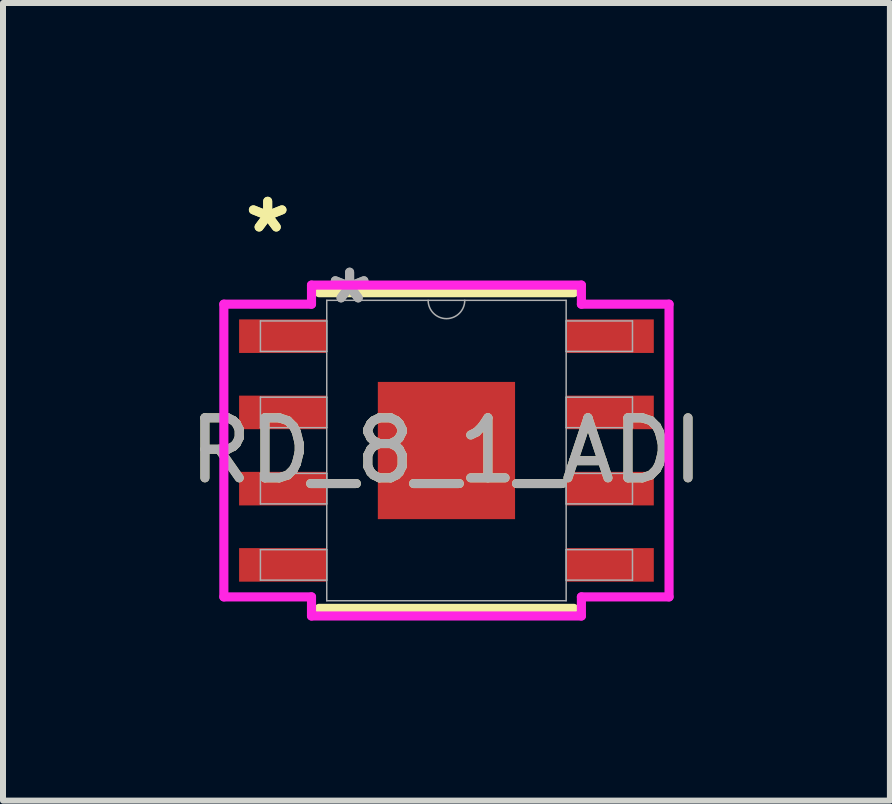
<source format=kicad_pcb>
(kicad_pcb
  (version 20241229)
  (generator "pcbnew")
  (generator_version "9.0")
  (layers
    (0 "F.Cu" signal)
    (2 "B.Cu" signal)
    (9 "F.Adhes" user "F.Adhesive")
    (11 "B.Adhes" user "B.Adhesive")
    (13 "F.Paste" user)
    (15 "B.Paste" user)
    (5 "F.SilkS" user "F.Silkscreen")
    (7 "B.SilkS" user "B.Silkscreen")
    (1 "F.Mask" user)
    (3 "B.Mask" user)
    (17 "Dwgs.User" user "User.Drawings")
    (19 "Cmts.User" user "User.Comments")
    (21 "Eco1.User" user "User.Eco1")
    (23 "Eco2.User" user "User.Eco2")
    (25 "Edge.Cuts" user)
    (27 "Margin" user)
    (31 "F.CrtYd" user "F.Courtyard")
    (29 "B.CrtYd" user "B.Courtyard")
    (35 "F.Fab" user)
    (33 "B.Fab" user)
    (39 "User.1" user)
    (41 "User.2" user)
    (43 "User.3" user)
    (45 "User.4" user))
  (footprint "RD_8_1_ADI"
    (layer "F.Cu")
    (at 4.387 4.455)
    (property "Reference" "RD_8_1_ADI" (at 0 0 0) (unlocked yes) (layer "F.SilkS") (effects (font (size 1 1) (thickness 0.15))))
    (attr smd)
    (fp_line (start -2.121 2.629) (end 2.121 2.629) (stroke (width 0.152) (type solid)) (layer "F.SilkS"))
    (fp_line (start 2.121 -2.629) (end -2.121 -2.629) (stroke (width 0.152) (type solid)) (layer "F.SilkS"))
    (fp_line (start -3.708 -2.438) (end -2.248 -2.438) (stroke (width 0.152) (type solid)) (layer "F.CrtYd"))
    (fp_line (start -3.708 2.438) (end -3.708 -2.438) (stroke (width 0.152) (type solid)) (layer "F.CrtYd"))
    (fp_line (start -3.708 2.438) (end -2.248 2.438) (stroke (width 0.152) (type solid)) (layer "F.CrtYd"))
    (fp_line (start -2.248 -2.756) (end 2.248 -2.756) (stroke (width 0.152) (type solid)) (layer "F.CrtYd"))
    (fp_line (start -2.248 -2.438) (end -2.248 -2.756) (stroke (width 0.152) (type solid)) (layer "F.CrtYd"))
    (fp_line (start -2.248 2.756) (end -2.248 2.438) (stroke (width 0.152) (type solid)) (layer "F.CrtYd"))
    (fp_line (start 2.248 -2.756) (end 2.248 -2.438) (stroke (width 0.152) (type solid)) (layer "F.CrtYd"))
    (fp_line (start 2.248 2.438) (end 2.248 2.756) (stroke (width 0.152) (type solid)) (layer "F.CrtYd"))
    (fp_line (start 2.248 2.756) (end -2.248 2.756) (stroke (width 0.152) (type solid)) (layer "F.CrtYd"))
    (fp_line (start 3.708 -2.438) (end 2.248 -2.438) (stroke (width 0.152) (type solid)) (layer "F.CrtYd"))
    (fp_line (start 3.708 -2.438) (end 3.708 2.438) (stroke (width 0.152) (type solid)) (layer "F.CrtYd"))
    (fp_line (start 3.708 2.438) (end 2.248 2.438) (stroke (width 0.152) (type solid)) (layer "F.CrtYd"))
    (fp_line (start -3.099 -2.159) (end -3.099 -1.651) (stroke (width 0.025) (type solid)) (layer "F.Fab"))
    (fp_line (start -3.099 -1.651) (end -1.994 -1.651) (stroke (width 0.025) (type solid)) (layer "F.Fab"))
    (fp_line (start -3.099 -0.889) (end -3.099 -0.381) (stroke (width 0.025) (type solid)) (layer "F.Fab"))
    (fp_line (start -3.099 -0.381) (end -1.994 -0.381) (stroke (width 0.025) (type solid)) (layer "F.Fab"))
    (fp_line (start -3.099 0.381) (end -3.099 0.889) (stroke (width 0.025) (type solid)) (layer "F.Fab"))
    (fp_line (start -3.099 0.889) (end -1.994 0.889) (stroke (width 0.025) (type solid)) (layer "F.Fab"))
    (fp_line (start -3.099 1.651) (end -3.099 2.159) (stroke (width 0.025) (type solid)) (layer "F.Fab"))
    (fp_line (start -3.099 2.159) (end -1.994 2.159) (stroke (width 0.025) (type solid)) (layer "F.Fab"))
    (fp_line (start -1.994 -2.502) (end -1.994 2.502) (stroke (width 0.025) (type solid)) (layer "F.Fab"))
    (fp_line (start -1.994 -2.159) (end -3.099 -2.159) (stroke (width 0.025) (type solid)) (layer "F.Fab"))
    (fp_line (start -1.994 -1.651) (end -1.994 -2.159) (stroke (width 0.025) (type solid)) (layer "F.Fab"))
    (fp_line (start -1.994 -0.889) (end -3.099 -0.889) (stroke (width 0.025) (type solid)) (layer "F.Fab"))
    (fp_line (start -1.994 -0.381) (end -1.994 -0.889) (stroke (width 0.025) (type solid)) (layer "F.Fab"))
    (fp_line (start -1.994 0.381) (end -3.099 0.381) (stroke (width 0.025) (type solid)) (layer "F.Fab"))
    (fp_line (start -1.994 0.889) (end -1.994 0.381) (stroke (width 0.025) (type solid)) (layer "F.Fab"))
    (fp_line (start -1.994 1.651) (end -3.099 1.651) (stroke (width 0.025) (type solid)) (layer "F.Fab"))
    (fp_line (start -1.994 2.159) (end -1.994 1.651) (stroke (width 0.025) (type solid)) (layer "F.Fab"))
    (fp_line (start -1.994 2.502) (end 1.994 2.502) (stroke (width 0.025) (type solid)) (layer "F.Fab"))
    (fp_line (start 1.994 -2.502) (end -1.994 -2.502) (stroke (width 0.025) (type solid)) (layer "F.Fab"))
    (fp_line (start 1.994 -2.159) (end 1.994 -1.651) (stroke (width 0.025) (type solid)) (layer "F.Fab"))
    (fp_line (start 1.994 -1.651) (end 3.099 -1.651) (stroke (width 0.025) (type solid)) (layer "F.Fab"))
    (fp_line (start 1.994 -0.889) (end 1.994 -0.381) (stroke (width 0.025) (type solid)) (layer "F.Fab"))
    (fp_line (start 1.994 -0.381) (end 3.099 -0.381) (stroke (width 0.025) (type solid)) (layer "F.Fab"))
    (fp_line (start 1.994 0.381) (end 1.994 0.889) (stroke (width 0.025) (type solid)) (layer "F.Fab"))
    (fp_line (start 1.994 0.889) (end 3.099 0.889) (stroke (width 0.025) (type solid)) (layer "F.Fab"))
    (fp_line (start 1.994 1.651) (end 1.994 2.159) (stroke (width 0.025) (type solid)) (layer "F.Fab"))
    (fp_line (start 1.994 2.159) (end 3.099 2.159) (stroke (width 0.025) (type solid)) (layer "F.Fab"))
    (fp_line (start 1.994 2.502) (end 1.994 -2.502) (stroke (width 0.025) (type solid)) (layer "F.Fab"))
    (fp_line (start 3.099 -2.159) (end 1.994 -2.159) (stroke (width 0.025) (type solid)) (layer "F.Fab"))
    (fp_line (start 3.099 -1.651) (end 3.099 -2.159) (stroke (width 0.025) (type solid)) (layer "F.Fab"))
    (fp_line (start 3.099 -0.889) (end 1.994 -0.889) (stroke (width 0.025) (type solid)) (layer "F.Fab"))
    (fp_line (start 3.099 -0.381) (end 3.099 -0.889) (stroke (width 0.025) (type solid)) (layer "F.Fab"))
    (fp_line (start 3.099 0.381) (end 1.994 0.381) (stroke (width 0.025) (type solid)) (layer "F.Fab"))
    (fp_line (start 3.099 0.889) (end 3.099 0.381) (stroke (width 0.025) (type solid)) (layer "F.Fab"))
    (fp_line (start 3.099 1.651) (end 1.994 1.651) (stroke (width 0.025) (type solid)) (layer "F.Fab"))
    (fp_line (start 3.099 2.159) (end 3.099 1.651) (stroke (width 0.025) (type solid)) (layer "F.Fab"))
    (fp_arc (start 0.3048 -2.5019) (mid 0 -2.1971) (end -0.3048 -2.5019) (stroke (width 0.0254) (type solid)) (layer "F.Fab"))
    (fp_text user "*" (at -2.978 -3.607 0) (layer "F.SilkS") (effects (font (size 1 1) (thickness 0.15))))
    (fp_text user "*" (at -2.978 -3.607 0) (unlocked yes) (layer "F.SilkS") (effects (font (size 1 1) (thickness 0.15))))
    (fp_text user "*" (at -1.613 -2.426 0) (layer "F.Fab") (effects (font (size 1 1) (thickness 0.15))))
    (fp_text user "*" (at -1.613 -2.426 0) (unlocked yes) (layer "F.Fab") (effects (font (size 1 1) (thickness 0.15))))
    (fp_text user "${REFERENCE}" (at 0 0 0) (unlocked yes) (layer "F.Fab") (effects (font (size 1 1) (thickness 0.15))))
    (pad "1" smd rect (at -2.724 -1.905) (size 1.46 0.559) (layers "F.Cu" "F.Mask" "F.Paste"))
    (pad "2" smd rect (at -2.724 -0.635) (size 1.46 0.559) (layers "F.Cu" "F.Mask" "F.Paste"))
    (pad "3" smd rect (at -2.724 0.635) (size 1.46 0.559) (layers "F.Cu" "F.Mask" "F.Paste"))
    (pad "4" smd rect (at -2.724 1.905) (size 1.46 0.559) (layers "F.Cu" "F.Mask" "F.Paste"))
    (pad "5" smd rect (at 2.724 1.905) (size 1.46 0.559) (layers "F.Cu" "F.Mask" "F.Paste"))
    (pad "6" smd rect (at 2.724 0.635) (size 1.46 0.559) (layers "F.Cu" "F.Mask" "F.Paste"))
    (pad "7" smd rect (at 2.724 -0.635) (size 1.46 0.559) (layers "F.Cu" "F.Mask" "F.Paste"))
    (pad "8" smd rect (at 2.724 -1.905) (size 1.46 0.559) (layers "F.Cu" "F.Mask" "F.Paste"))
    (pad "EPAD" smd rect (at 0 0) (size 2.286 2.286) (layers "F.Cu" "F.Mask" "F.Paste")))
  (gr_rect
    (start -3 -3)
    (end 11.774 10.287)
    (stroke (width 0.1) (type default))
    (fill no)
    (layer "Edge.Cuts")))
</source>
